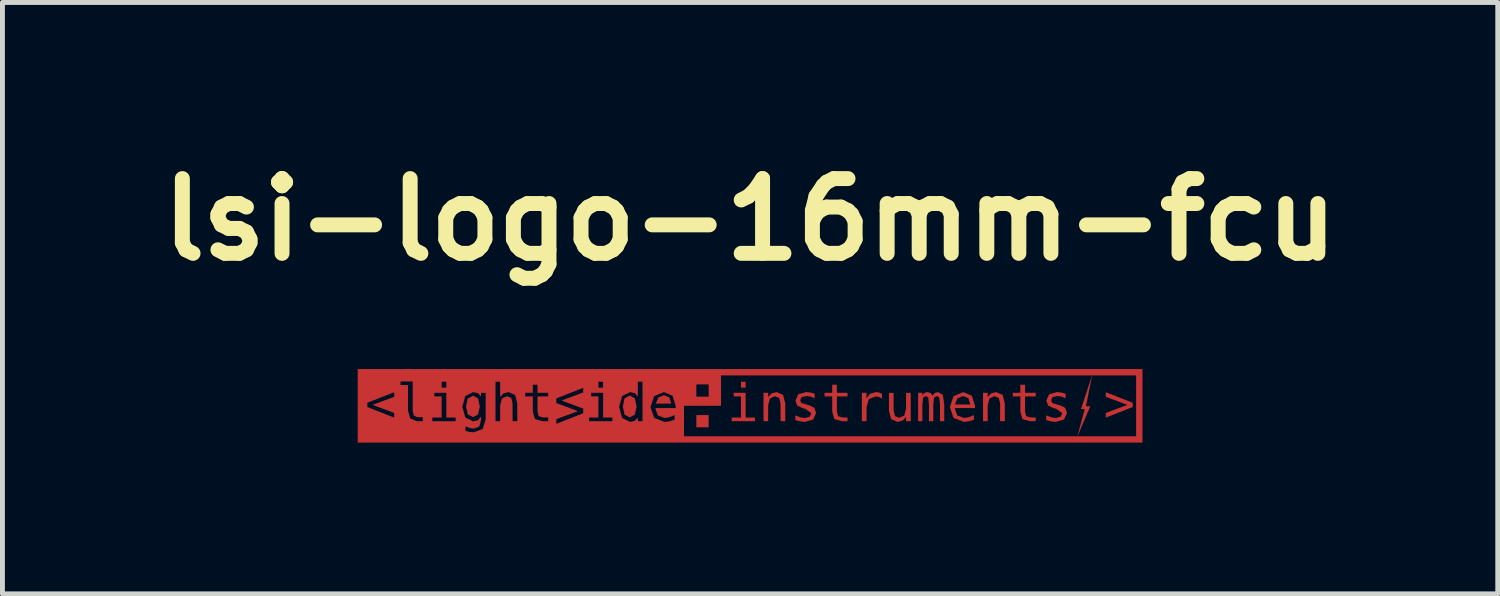
<source format=kicad_pcb>
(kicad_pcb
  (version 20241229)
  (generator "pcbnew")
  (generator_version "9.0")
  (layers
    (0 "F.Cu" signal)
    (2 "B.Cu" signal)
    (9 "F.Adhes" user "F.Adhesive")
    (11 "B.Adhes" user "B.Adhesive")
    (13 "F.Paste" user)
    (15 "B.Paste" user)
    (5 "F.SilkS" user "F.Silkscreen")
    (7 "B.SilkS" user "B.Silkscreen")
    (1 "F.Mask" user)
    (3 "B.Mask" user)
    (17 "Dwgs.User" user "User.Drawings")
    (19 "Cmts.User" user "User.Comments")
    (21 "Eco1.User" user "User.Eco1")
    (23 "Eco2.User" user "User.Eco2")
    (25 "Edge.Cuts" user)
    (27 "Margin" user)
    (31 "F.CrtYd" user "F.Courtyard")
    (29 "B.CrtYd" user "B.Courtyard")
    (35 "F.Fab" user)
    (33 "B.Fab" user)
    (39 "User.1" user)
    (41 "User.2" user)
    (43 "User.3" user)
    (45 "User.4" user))
  (footprint "lsi-logo-16mm-fcu"
    (layer "F.Cu")
    (at 12.243 5.772)
    (property "Reference" "lsi-logo-16mm-fcu" (at 0 -4.346 0) (layer "F.SilkS") (effects (font (size 1.524 1.524) (thickness 0.305))))
    (attr exclude_from_pos_files exclude_from_bom)
    (fp_poly (pts (xy -1.096 -0.36) (xy -1.096 -0.11) (xy -0.845 -0.11) (xy -0.845 -0.36) (xy -1.096 -0.36)) (stroke (width 0) (type solid)) (fill yes) (layer "F.Cu"))
    (fp_poly (pts (xy -0.186 -1.039) (xy -0.186 -0.919) (xy -0.091 -0.919) (xy -0.091 -1.039) (xy -0.186 -1.039)) (stroke (width 0) (type solid)) (fill yes) (layer "F.Cu"))
    (fp_poly (pts (xy -1.756 -0.765) (xy -1.87 -0.72) (xy -1.923 -0.594) (xy -1.609 -0.594) (xy -1.648 -0.721) (xy -1.756 -0.765) (xy -1.756 -0.765)) (stroke (width 0) (type solid)) (fill yes) (layer "F.Cu"))
    (fp_poly (pts (xy 7.251 -0.826) (xy 7.251 -0.732) (xy 7.692 -0.567) (xy 7.251 -0.403) (xy 7.251 -0.308) (xy 7.8 -0.524) (xy 7.8 -0.61) (xy 7.251 -0.826)) (stroke (width 0) (type solid)) (fill yes) (layer "F.Cu"))
    (fp_poly (pts (xy -5.648 -0.754) (xy -5.755 -0.698) (xy -5.792 -0.536) (xy -5.755 -0.373) (xy -5.647 -0.317) (xy -5.546 -0.373) (xy -5.511 -0.536) (xy -5.546 -0.698) (xy -5.648 -0.754)) (stroke (width 0) (type solid)) (fill yes) (layer "F.Cu"))
    (fp_poly (pts (xy -2.455 -0.759) (xy -2.559 -0.702) (xy -2.595 -0.535) (xy -2.559 -0.369) (xy -2.455 -0.312) (xy -2.35 -0.369) (xy -2.314 -0.535) (xy -2.35 -0.702) (xy -2.455 -0.759)) (stroke (width 0) (type solid)) (fill yes) (layer "F.Cu"))
    (fp_poly (pts (xy -0.335 -0.814) (xy -0.335 -0.74) (xy -0.186 -0.74) (xy -0.186 -0.309) (xy -0.375 -0.309) (xy -0.375 -0.235) (xy 0.099 -0.235) (xy 0.099 -0.309) (xy -0.091 -0.309) (xy -0.091 -0.814) (xy -0.335 -0.814)) (stroke (width 0) (type solid)) (fill yes) (layer "F.Cu"))
    (fp_poly (pts (xy 2.565 -0.828) (xy 2.447 -0.795) (xy 2.374 -0.701) (xy 2.374 -0.814) (xy 2.278 -0.814) (xy 2.278 -0.235) (xy 2.374 -0.235) (xy 2.374 -0.523) (xy 2.421 -0.684) (xy 2.557 -0.74) (xy 2.627 -0.729) (xy 2.689 -0.695) (xy 2.689 -0.792) (xy 2.631 -0.819) (xy 2.565 -0.828)) (stroke (width 0) (type solid)) (fill yes) (layer "F.Cu"))
    (fp_poly (pts (xy 0.541 -0.828) (xy 0.437 -0.802) (xy 0.368 -0.727) (xy 0.368 -0.814) (xy 0.273 -0.814) (xy 0.273 -0.235) (xy 0.368 -0.235) (xy 0.368 -0.562) (xy 0.404 -0.698) (xy 0.507 -0.745) (xy 0.594 -0.709) (xy 0.621 -0.594) (xy 0.621 -0.235) (xy 0.717 -0.235) (xy 0.717 -0.594) (xy 0.673 -0.77) (xy 0.541 -0.828)) (stroke (width 0) (type solid)) (fill yes) (layer "F.Cu"))
    (fp_poly (pts (xy 2.831 -0.813) (xy 2.831 -0.454) (xy 2.874 -0.278) (xy 3.007 -0.22) (xy 3.109 -0.246) (xy 3.179 -0.322) (xy 3.179 -0.235) (xy 3.275 -0.235) (xy 3.275 -0.813) (xy 3.179 -0.813) (xy 3.179 -0.486) (xy 3.143 -0.35) (xy 3.04 -0.303) (xy 2.954 -0.34) (xy 2.926 -0.454) (xy 2.926 -0.813) (xy 2.831 -0.813)) (stroke (width 0) (type solid)) (fill yes) (layer "F.Cu"))
    (fp_poly (pts (xy 5.017 -0.828) (xy 4.913 -0.802) (xy 4.844 -0.727) (xy 4.844 -0.814) (xy 4.749 -0.814) (xy 4.749 -0.235) (xy 4.844 -0.235) (xy 4.844 -0.562) (xy 4.88 -0.698) (xy 4.983 -0.745) (xy 5.07 -0.709) (xy 5.097 -0.594) (xy 5.097 -0.235) (xy 5.193 -0.235) (xy 5.193 -0.594) (xy 5.149 -0.77) (xy 5.017 -0.828)) (stroke (width 0) (type solid)) (fill yes) (layer "F.Cu"))
    (fp_poly (pts (xy 1.674 -0.978) (xy 1.674 -0.814) (xy 1.518 -0.814) (xy 1.518 -0.74) (xy 1.674 -0.74) (xy 1.674 -0.426) (xy 1.718 -0.278) (xy 1.869 -0.235) (xy 1.986 -0.235) (xy 1.986 -0.311) (xy 1.879 -0.311) (xy 1.794 -0.337) (xy 1.769 -0.426) (xy 1.769 -0.74) (xy 1.986 -0.74) (xy 1.986 -0.814) (xy 1.769 -0.814) (xy 1.769 -0.978) (xy 1.674 -0.978)) (stroke (width 0) (type solid)) (fill yes) (layer "F.Cu"))
    (fp_poly (pts (xy 5.51 -0.978) (xy 5.51 -0.814) (xy 5.355 -0.814) (xy 5.355 -0.74) (xy 5.51 -0.74) (xy 5.51 -0.426) (xy 5.554 -0.278) (xy 5.706 -0.235) (xy 5.823 -0.235) (xy 5.823 -0.311) (xy 5.715 -0.311) (xy 5.63 -0.337) (xy 5.606 -0.426) (xy 5.606 -0.74) (xy 5.823 -0.74) (xy 5.823 -0.814) (xy 5.606 -0.814) (xy 5.606 -0.978) (xy 5.51 -0.978)) (stroke (width 0) (type solid)) (fill yes) (layer "F.Cu"))
    (fp_poly (pts (xy 4.346 -0.828) (xy 4.342 -0.747) (xy 4.45 -0.704) (xy 4.49 -0.576) (xy 4.175 -0.576) (xy 4.228 -0.702) (xy 4.342 -0.747) (xy 4.342 -0.747) (xy 4.346 -0.828) (xy 4.147 -0.745) (xy 4.072 -0.524) (xy 4.148 -0.301) (xy 4.36 -0.22) (xy 4.458 -0.232) (xy 4.563 -0.265) (xy 4.563 -0.359) (xy 4.457 -0.315) (xy 4.361 -0.301) (xy 4.221 -0.353) (xy 4.172 -0.499) (xy 4.172 -0.502) (xy 4.585 -0.502) (xy 4.585 -0.548) (xy 4.521 -0.753) (xy 4.346 -0.828) (xy 4.346 -0.828)) (stroke (width 0) (type solid)) (fill yes) (layer "F.Cu"))
    (fp_poly (pts (xy 3.613 -0.828) (xy 3.555 -0.812) (xy 3.512 -0.764) (xy 3.512 -0.814) (xy 3.425 -0.814) (xy 3.425 -0.235) (xy 3.512 -0.235) (xy 3.512 -0.567) (xy 3.527 -0.716) (xy 3.579 -0.748) (xy 3.632 -0.72) (xy 3.647 -0.567) (xy 3.647 -0.235) (xy 3.735 -0.235) (xy 3.735 -0.567) (xy 3.75 -0.716) (xy 3.807 -0.748) (xy 3.857 -0.719) (xy 3.871 -0.567) (xy 3.871 -0.235) (xy 3.958 -0.235) (xy 3.958 -0.571) (xy 3.929 -0.774) (xy 3.83 -0.828) (xy 3.764 -0.81) (xy 3.72 -0.755) (xy 3.679 -0.81) (xy 3.613 -0.828)) (stroke (width 0) (type solid)) (fill yes) (layer "F.Cu"))
    (fp_poly (pts (xy 1.142 -0.828) (xy 0.98 -0.783) (xy 0.924 -0.654) (xy 0.962 -0.551) (xy 1.082 -0.497) (xy 1.118 -0.49) (xy 1.122 -0.489) (xy 1.249 -0.397) (xy 1.214 -0.325) (xy 1.116 -0.3) (xy 1.024 -0.313) (xy 0.922 -0.355) (xy 0.922 -0.257) (xy 1.024 -0.23) (xy 1.114 -0.22) (xy 1.284 -0.268) (xy 1.346 -0.403) (xy 1.309 -0.508) (xy 1.201 -0.561) (xy 1.163 -0.569) (xy 1.044 -0.606) (xy 1.02 -0.664) (xy 1.052 -0.727) (xy 1.149 -0.748) (xy 1.234 -0.737) (xy 1.316 -0.701) (xy 1.316 -0.794) (xy 1.231 -0.819) (xy 1.142 -0.828) (xy 1.142 -0.828)) (stroke (width 0) (type solid)) (fill yes) (layer "F.Cu"))
    (fp_poly (pts (xy 6.257 -0.828) (xy 6.096 -0.783) (xy 6.039 -0.654) (xy 6.077 -0.551) (xy 6.197 -0.497) (xy 6.233 -0.49) (xy 6.237 -0.489) (xy 6.365 -0.397) (xy 6.33 -0.325) (xy 6.232 -0.3) (xy 6.139 -0.313) (xy 6.037 -0.355) (xy 6.037 -0.257) (xy 6.139 -0.23) (xy 6.23 -0.22) (xy 6.4 -0.268) (xy 6.461 -0.403) (xy 6.424 -0.508) (xy 6.317 -0.561) (xy 6.278 -0.569) (xy 6.16 -0.606) (xy 6.136 -0.664) (xy 6.167 -0.727) (xy 6.264 -0.748) (xy 6.349 -0.737) (xy 6.432 -0.701) (xy 6.432 -0.794) (xy 6.347 -0.819) (xy 6.257 -0.828) (xy 6.257 -0.828)) (stroke (width 0) (type solid)) (fill yes) (layer "F.Cu"))
    (fp_poly (pts (xy 6.964 -1.143) (xy 6.929 -1.038) (xy 6.823 -0.716) (xy 6.796 -0.633) (xy 6.747 -0.485) (xy 6.746 -0.482) (xy 6.784 -0.481) (xy 6.822 -0.479) (xy 6.706 -0.053) (xy 6.685 0.026) (xy 6.671 0.076) (xy 6.672 0.077) (xy 6.686 0.046) (xy 6.716 -0.025) (xy 6.748 -0.101) (xy 6.781 -0.177) (xy 6.826 -0.283) (xy 6.871 -0.389) (xy 6.903 -0.465) (xy 6.928 -0.521) (xy 6.935 -0.539) (xy 6.891 -0.539) (xy 6.847 -0.54) (xy 6.85 -0.553) (xy 6.862 -0.615) (xy 6.881 -0.71) (xy 6.899 -0.799) (xy 6.927 -0.934) (xy 6.954 -1.068) (xy 6.969 -1.142) (xy 6.974 -1.173) (xy 6.964 -1.142) (xy 6.964 -1.143)) (stroke (width 0.000106) (type solid)) (fill yes) (layer "F.Cu"))
    (fp_poly (pts (xy -8 -1.298) (xy -0.593 -1.168) (xy 7.87 -1.168) (xy 7.87 0.072) (xy -1.347 0.072) (xy -1.347 -0.548) (xy -0.593 -0.548) (xy -0.593 -1.168) (xy -8 -1.298) (xy -7.127 -1.045) (xy -6.879 -1.045) (xy -6.879 -0.445) (xy -6.856 -0.348) (xy -6.786 -0.316) (xy -6.674 -0.316) (xy -6.674 -0.235) (xy -6.795 -0.235) (xy -6.928 -0.29) (xy -6.974 -0.445) (xy -6.974 -0.971) (xy -7.127 -0.971) (xy -7.127 -1.045) (xy -8 -1.298) (xy -6.289 -1.039) (xy -6.194 -1.039) (xy -6.194 -0.919) (xy -6.289 -0.919) (xy -6.289 -1.039) (xy -8 -1.298) (xy -5.191 -1.039) (xy -5.096 -1.039) (xy -5.096 -0.727) (xy -5.027 -0.802) (xy -4.923 -0.828) (xy -4.791 -0.77) (xy -4.747 -0.594) (xy -4.747 -0.235) (xy -4.843 -0.235) (xy -4.843 -0.594) (xy -4.87 -0.709) (xy -4.956 -0.745) (xy -5.06 -0.698) (xy -5.096 -0.562) (xy -5.096 -0.235) (xy -5.191 -0.235) (xy -5.191 -1.039) (xy -8 -1.298) (xy -3.092 -1.039) (xy -2.997 -1.039) (xy -2.997 -0.919) (xy -3.092 -0.919) (xy -3.092 -1.039) (xy -8 -1.298) (xy -2.289 -1.039) (xy -2.194 -1.039) (xy -2.194 -0.235) (xy -2.289 -0.235) (xy -2.289 -0.308) (xy -2.353 -0.243) (xy -2.444 -0.22) (xy -2.61 -0.301) (xy -2.671 -0.526) (xy -2.61 -0.747) (xy -2.444 -0.828) (xy -2.352 -0.805) (xy -2.289 -0.74) (xy -2.289 -1.039) (xy -8 -1.298) (xy -0.845 -0.985) (xy -0.845 -0.735) (xy -1.096 -0.735) (xy -1.096 -0.985) (xy -0.845 -0.985) (xy -8 -1.298) (xy -4.334 -0.978) (xy -4.334 -0.814) (xy -4.117 -0.814) (xy -4.117 -0.74) (xy -4.334 -0.74) (xy -4.334 -0.426) (xy -4.31 -0.337) (xy -4.225 -0.311) (xy -4.117 -0.311) (xy -4.117 -0.235) (xy -4.234 -0.235) (xy -4.386 -0.278) (xy -4.43 -0.426) (xy -4.43 -0.74) (xy -4.585 -0.74) (xy -4.585 -0.814) (xy -4.43 -0.814) (xy -4.43 -0.978) (xy -4.334 -0.978) (xy -8 -1.298) (xy -3.403 -0.915) (xy -3.403 -0.821) (xy -3.843 -0.656) (xy -3.795 -0.637) (xy -3.403 -0.492) (xy -3.403 -0.483) (xy -3.403 -0.397) (xy -3.951 -0.181) (xy -3.951 -0.276) (xy -3.51 -0.439) (xy -3.513 -0.44) (xy -3.951 -0.605) (xy -3.951 -0.613) (xy -3.951 -0.699) (xy -3.403 -0.915) (xy -8 -1.298) (xy -7.256 -0.826) (xy -7.256 -0.732) (xy -7.697 -0.567) (xy -7.256 -0.403) (xy -7.256 -0.308) (xy -7.804 -0.524) (xy -7.804 -0.61) (xy -7.256 -0.826) (xy -8 -1.298) (xy -8 0.202) (xy -5.634 -0.008) (xy -5.717 -0.015) (xy -5.803 -0.036) (xy -5.803 -0.13) (xy -5.711 -0.095) (xy -5.634 -0.084) (xy -5.522 -0.126) (xy -5.486 -0.259) (xy -5.486 -0.263) (xy -5.486 -0.327) (xy -5.549 -0.255) (xy -5.645 -0.231) (xy -5.807 -0.312) (xy -5.868 -0.529) (xy -5.807 -0.747) (xy -5.645 -0.828) (xy -5.55 -0.806) (xy -5.486 -0.737) (xy -5.486 -0.812) (xy -5.391 -0.812) (xy -5.391 -0.273) (xy -5.453 -0.075) (xy -5.634 -0.008) (xy -8 0.202) (xy -1.743 -0.22) (xy -1.955 -0.301) (xy -2.031 -0.524) (xy -1.956 -0.745) (xy -1.757 -0.828) (xy -1.582 -0.753) (xy -1.518 -0.548) (xy -1.518 -0.502) (xy -1.932 -0.502) (xy -1.932 -0.499) (xy -1.882 -0.353) (xy -1.742 -0.301) (xy -1.647 -0.315) (xy -1.54 -0.359) (xy -1.54 -0.265) (xy -1.646 -0.232) (xy -1.743 -0.22) (xy -8 0.202) (xy -6.004 -0.235) (xy -6.479 -0.235) (xy -6.479 -0.309) (xy -6.289 -0.309) (xy -6.289 -0.74) (xy -6.438 -0.74) (xy -6.438 -0.814) (xy -6.194 -0.814) (xy -6.194 -0.309) (xy -6.004 -0.309) (xy -6.004 -0.235) (xy -8 0.202) (xy -2.807 -0.235) (xy -3.282 -0.235) (xy -3.282 -0.309) (xy -3.092 -0.309) (xy -3.092 -0.74) (xy -3.241 -0.74) (xy -3.241 -0.814) (xy -2.997 -0.814) (xy -2.997 -0.309) (xy -2.807 -0.309) (xy -2.807 -0.235) (xy -8 0.202) (xy 8 0.202) (xy 8 -1.298) (xy -8 -1.298)) (stroke (width 0) (type solid)) (fill yes) (layer "F.Cu"))
    (fp_poly (pts (xy -8 -1.3) (xy -8 0.21) (xy 8 0.21) (xy 8 -1.3)) (stroke (width 0.15) (type solid)) (fill yes) (layer "F.Mask")))
  (gr_rect
    (start -3 -3)
    (end 27.486 9.057)
    (stroke (width 0.1) (type default))
    (fill no)
    (layer "Edge.Cuts")))
</source>
